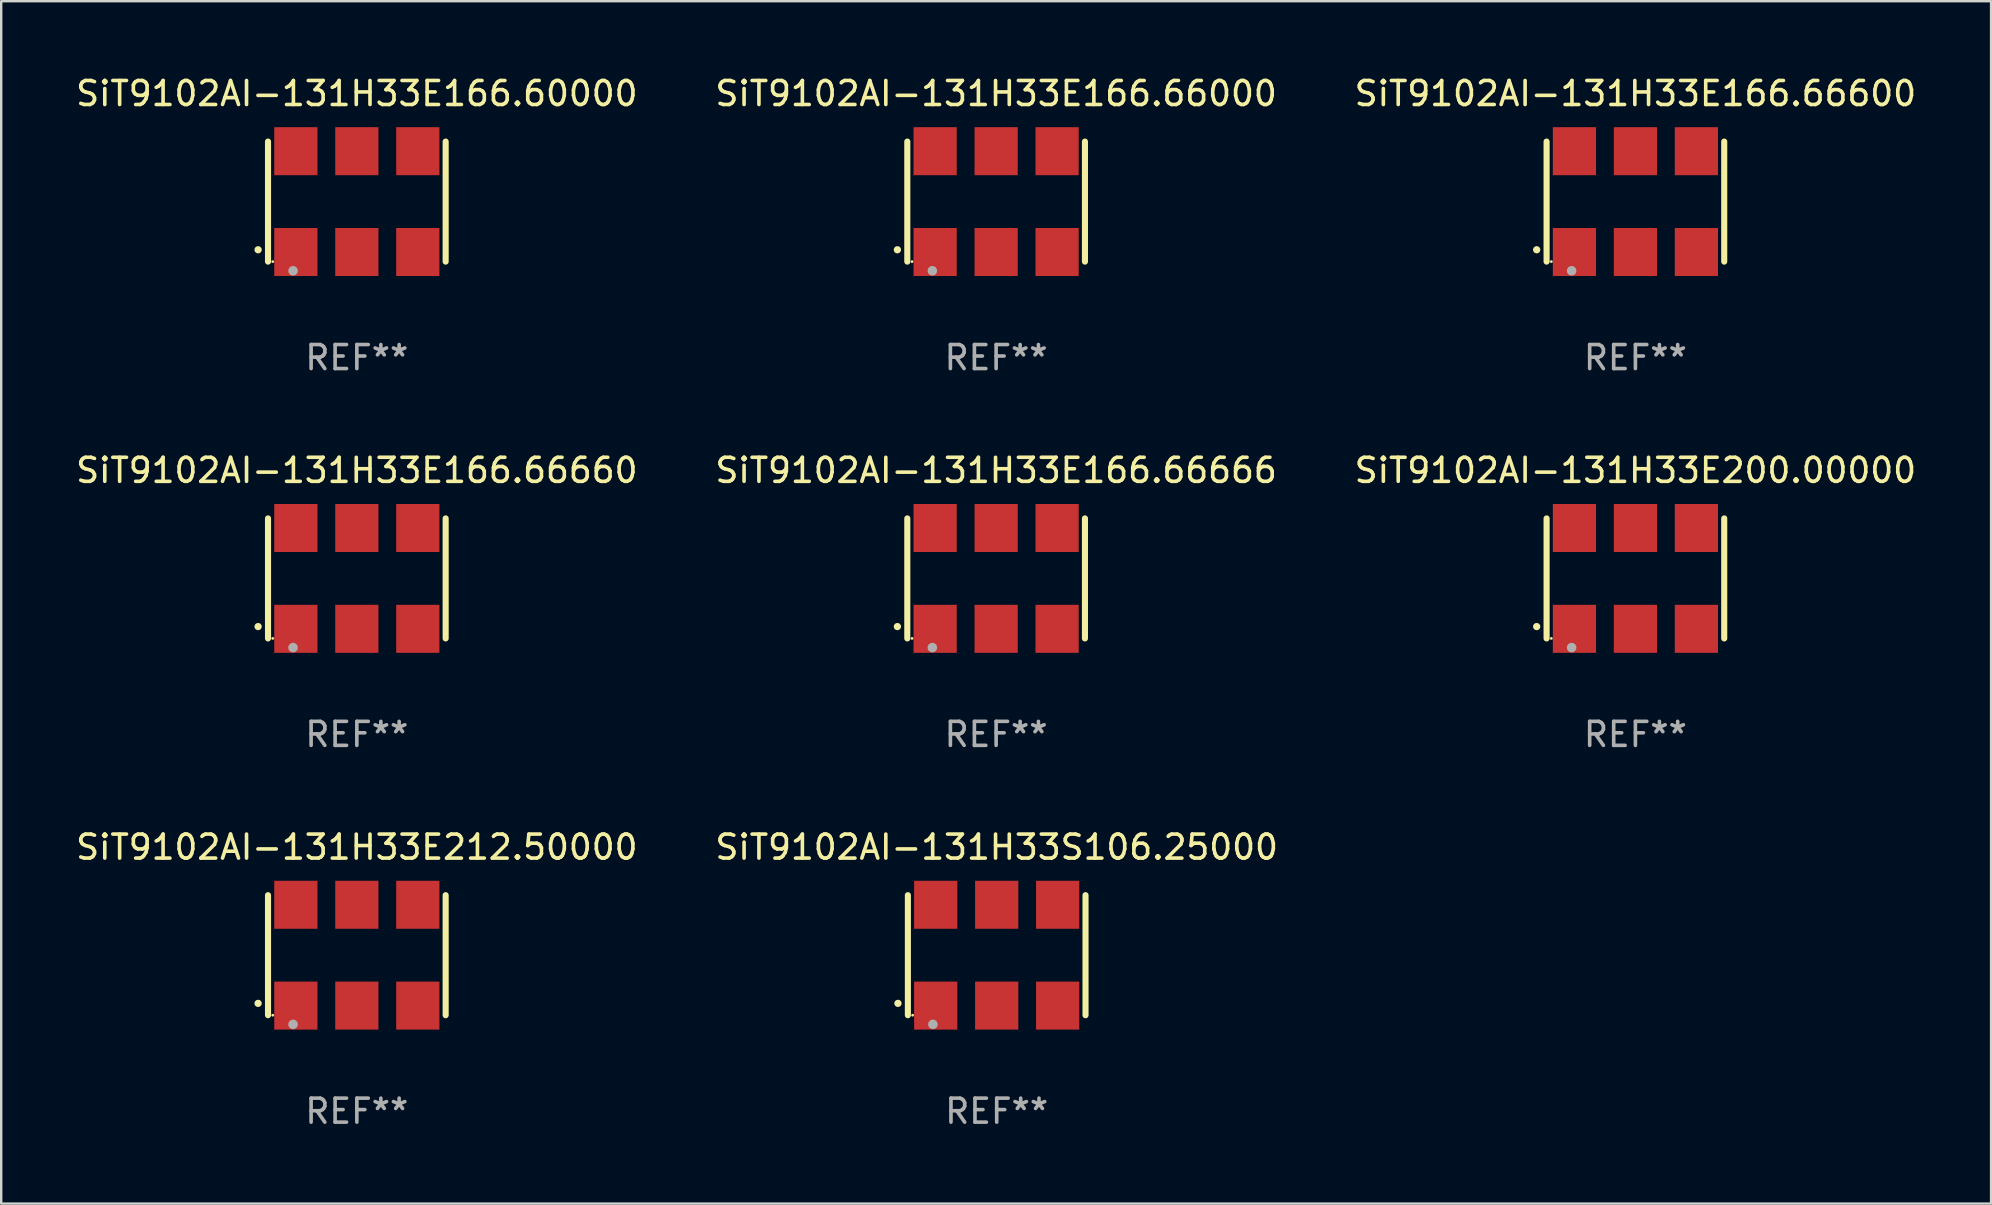
<source format=kicad_pcb>
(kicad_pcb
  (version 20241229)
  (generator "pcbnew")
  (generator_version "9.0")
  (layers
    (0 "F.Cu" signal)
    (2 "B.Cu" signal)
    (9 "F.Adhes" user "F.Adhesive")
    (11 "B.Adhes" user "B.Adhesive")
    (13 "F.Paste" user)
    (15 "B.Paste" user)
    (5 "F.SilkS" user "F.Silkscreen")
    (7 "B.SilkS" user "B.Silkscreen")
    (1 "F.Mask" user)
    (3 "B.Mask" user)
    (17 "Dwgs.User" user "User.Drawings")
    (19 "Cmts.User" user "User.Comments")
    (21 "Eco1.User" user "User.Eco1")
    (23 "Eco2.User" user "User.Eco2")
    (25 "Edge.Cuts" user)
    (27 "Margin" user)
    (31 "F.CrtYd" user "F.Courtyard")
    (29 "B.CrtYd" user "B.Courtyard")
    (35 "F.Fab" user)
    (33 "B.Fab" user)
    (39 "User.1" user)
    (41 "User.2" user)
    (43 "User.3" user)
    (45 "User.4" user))
  (footprint "SiT9102AI-131H33E200.00000"
    (layer "F.Cu")
    (at 65.077 21.045)
    (property "Reference" "SiT9102AI-131H33E200.00000" (at 0 -4.5 0) (layer "F.SilkS") (effects (font (size 1 1) (thickness 0.15))))
    (attr through_hole)
    (fp_line (start -3.7 -2.5) (end -3.7 2.5) (stroke (width 0.254) (type solid)) (layer "F.SilkS"))
    (fp_line (start 3.7 -2.5) (end 3.7 2.5) (stroke (width 0.254) (type solid)) (layer "F.SilkS"))
    (fp_arc (start -4.114415 2.006604) (mid -4.113145 2.006599) (end -4.111875 2.006604) (stroke (width 0.3) (type solid)) (layer "F.SilkS"))
    (fp_circle (center -3.502 2.5) (end -3.472 2.5) (stroke (width 0.06) (type solid)) (fill no) (layer "F.SilkS"))
    (fp_circle (center -2.657 2.882) (end -2.557 2.882) (stroke (width 0.2) (type solid)) (fill no) (layer "F.Fab"))
    (fp_text user "REF**" (at 0 6.5 0) (layer "F.Fab") (effects (font (size 1 1) (thickness 0.15))))
    (pad "1" smd rect (at -2.54 2.1) (size 1.8 2) (layers "F.Cu" "F.Mask" "F.Paste"))
    (pad "2" smd rect (at 0.000394 2.1) (size 1.8 2) (layers "F.Cu" "F.Mask" "F.Paste"))
    (pad "3" smd rect (at 2.54 2.1) (size 1.8 2) (layers "F.Cu" "F.Mask" "F.Paste"))
    (pad "4" smd rect (at 2.54 -2.1) (size 1.8 2) (layers "F.Cu" "F.Mask" "F.Paste"))
    (pad "5" smd rect (at 0.000394 -2.1) (size 1.8 2) (layers "F.Cu" "F.Mask" "F.Paste"))
    (pad "6" smd rect (at -2.54 -2.1) (size 1.8 2) (layers "F.Cu" "F.Mask" "F.Paste")))
  (footprint "SiT9102AI-131H33E166.66600"
    (layer "F.Cu")
    (at 65.077 5.348)
    (property "Reference" "SiT9102AI-131H33E166.66600" (at 0 -4.5 0) (layer "F.SilkS") (effects (font (size 1 1) (thickness 0.15))))
    (attr through_hole)
    (fp_line (start -3.7 -2.5) (end -3.7 2.5) (stroke (width 0.254) (type solid)) (layer "F.SilkS"))
    (fp_line (start 3.7 -2.5) (end 3.7 2.5) (stroke (width 0.254) (type solid)) (layer "F.SilkS"))
    (fp_arc (start -4.114415 2.006604) (mid -4.113145 2.006599) (end -4.111875 2.006604) (stroke (width 0.3) (type solid)) (layer "F.SilkS"))
    (fp_circle (center -3.502 2.5) (end -3.472 2.5) (stroke (width 0.06) (type solid)) (fill no) (layer "F.SilkS"))
    (fp_circle (center -2.657 2.882) (end -2.557 2.882) (stroke (width 0.2) (type solid)) (fill no) (layer "F.Fab"))
    (fp_text user "REF**" (at 0 6.5 0) (layer "F.Fab") (effects (font (size 1 1) (thickness 0.15))))
    (pad "1" smd rect (at -2.54 2.1) (size 1.8 2) (layers "F.Cu" "F.Mask" "F.Paste"))
    (pad "2" smd rect (at 0.000394 2.1) (size 1.8 2) (layers "F.Cu" "F.Mask" "F.Paste"))
    (pad "3" smd rect (at 2.54 2.1) (size 1.8 2) (layers "F.Cu" "F.Mask" "F.Paste"))
    (pad "4" smd rect (at 2.54 -2.1) (size 1.8 2) (layers "F.Cu" "F.Mask" "F.Paste"))
    (pad "5" smd rect (at 0.000394 -2.1) (size 1.8 2) (layers "F.Cu" "F.Mask" "F.Paste"))
    (pad "6" smd rect (at -2.54 -2.1) (size 1.8 2) (layers "F.Cu" "F.Mask" "F.Paste")))
  (footprint "SiT9102AI-131H33E166.60000"
    (layer "F.Cu")
    (at 11.815 5.348)
    (property "Reference" "SiT9102AI-131H33E166.60000" (at 0 -4.5 0) (layer "F.SilkS") (effects (font (size 1 1) (thickness 0.15))))
    (attr through_hole)
    (fp_line (start -3.7 -2.5) (end -3.7 2.5) (stroke (width 0.254) (type solid)) (layer "F.SilkS"))
    (fp_line (start 3.7 -2.5) (end 3.7 2.5) (stroke (width 0.254) (type solid)) (layer "F.SilkS"))
    (fp_arc (start -4.114415 2.006604) (mid -4.113145 2.006599) (end -4.111875 2.006604) (stroke (width 0.3) (type solid)) (layer "F.SilkS"))
    (fp_circle (center -3.502 2.5) (end -3.472 2.5) (stroke (width 0.06) (type solid)) (fill no) (layer "F.SilkS"))
    (fp_circle (center -2.657 2.882) (end -2.557 2.882) (stroke (width 0.2) (type solid)) (fill no) (layer "F.Fab"))
    (fp_text user "REF**" (at 0 6.5 0) (layer "F.Fab") (effects (font (size 1 1) (thickness 0.15))))
    (pad "1" smd rect (at -2.54 2.1) (size 1.8 2) (layers "F.Cu" "F.Mask" "F.Paste"))
    (pad "2" smd rect (at 0.000394 2.1) (size 1.8 2) (layers "F.Cu" "F.Mask" "F.Paste"))
    (pad "3" smd rect (at 2.54 2.1) (size 1.8 2) (layers "F.Cu" "F.Mask" "F.Paste"))
    (pad "4" smd rect (at 2.54 -2.1) (size 1.8 2) (layers "F.Cu" "F.Mask" "F.Paste"))
    (pad "5" smd rect (at 0.000394 -2.1) (size 1.8 2) (layers "F.Cu" "F.Mask" "F.Paste"))
    (pad "6" smd rect (at -2.54 -2.1) (size 1.8 2) (layers "F.Cu" "F.Mask" "F.Paste")))
  (footprint "SiT9102AI-131H33E166.66660"
    (layer "F.Cu")
    (at 11.815 21.045)
    (property "Reference" "SiT9102AI-131H33E166.66660" (at 0 -4.5 0) (layer "F.SilkS") (effects (font (size 1 1) (thickness 0.15))))
    (attr through_hole)
    (fp_line (start -3.7 -2.5) (end -3.7 2.5) (stroke (width 0.254) (type solid)) (layer "F.SilkS"))
    (fp_line (start 3.7 -2.5) (end 3.7 2.5) (stroke (width 0.254) (type solid)) (layer "F.SilkS"))
    (fp_arc (start -4.114415 2.006604) (mid -4.113145 2.006599) (end -4.111875 2.006604) (stroke (width 0.3) (type solid)) (layer "F.SilkS"))
    (fp_circle (center -3.502 2.5) (end -3.472 2.5) (stroke (width 0.06) (type solid)) (fill no) (layer "F.SilkS"))
    (fp_circle (center -2.657 2.882) (end -2.557 2.882) (stroke (width 0.2) (type solid)) (fill no) (layer "F.Fab"))
    (fp_text user "REF**" (at 0 6.5 0) (layer "F.Fab") (effects (font (size 1 1) (thickness 0.15))))
    (pad "1" smd rect (at -2.54 2.1) (size 1.8 2) (layers "F.Cu" "F.Mask" "F.Paste"))
    (pad "2" smd rect (at 0.000394 2.1) (size 1.8 2) (layers "F.Cu" "F.Mask" "F.Paste"))
    (pad "3" smd rect (at 2.54 2.1) (size 1.8 2) (layers "F.Cu" "F.Mask" "F.Paste"))
    (pad "4" smd rect (at 2.54 -2.1) (size 1.8 2) (layers "F.Cu" "F.Mask" "F.Paste"))
    (pad "5" smd rect (at 0.000394 -2.1) (size 1.8 2) (layers "F.Cu" "F.Mask" "F.Paste"))
    (pad "6" smd rect (at -2.54 -2.1) (size 1.8 2) (layers "F.Cu" "F.Mask" "F.Paste")))
  (footprint "SiT9102AI-131H33E166.66666"
    (layer "F.Cu")
    (at 38.446 21.045)
    (property "Reference" "SiT9102AI-131H33E166.66666" (at 0 -4.5 0) (layer "F.SilkS") (effects (font (size 1 1) (thickness 0.15))))
    (attr through_hole)
    (fp_line (start -3.7 -2.5) (end -3.7 2.5) (stroke (width 0.254) (type solid)) (layer "F.SilkS"))
    (fp_line (start 3.7 -2.5) (end 3.7 2.5) (stroke (width 0.254) (type solid)) (layer "F.SilkS"))
    (fp_arc (start -4.114415 2.006604) (mid -4.113145 2.006599) (end -4.111875 2.006604) (stroke (width 0.3) (type solid)) (layer "F.SilkS"))
    (fp_circle (center -3.502 2.5) (end -3.472 2.5) (stroke (width 0.06) (type solid)) (fill no) (layer "F.SilkS"))
    (fp_circle (center -2.657 2.882) (end -2.557 2.882) (stroke (width 0.2) (type solid)) (fill no) (layer "F.Fab"))
    (fp_text user "REF**" (at 0 6.5 0) (layer "F.Fab") (effects (font (size 1 1) (thickness 0.15))))
    (pad "1" smd rect (at -2.54 2.1) (size 1.8 2) (layers "F.Cu" "F.Mask" "F.Paste"))
    (pad "2" smd rect (at 0.000394 2.1) (size 1.8 2) (layers "F.Cu" "F.Mask" "F.Paste"))
    (pad "3" smd rect (at 2.54 2.1) (size 1.8 2) (layers "F.Cu" "F.Mask" "F.Paste"))
    (pad "4" smd rect (at 2.54 -2.1) (size 1.8 2) (layers "F.Cu" "F.Mask" "F.Paste"))
    (pad "5" smd rect (at 0.000394 -2.1) (size 1.8 2) (layers "F.Cu" "F.Mask" "F.Paste"))
    (pad "6" smd rect (at -2.54 -2.1) (size 1.8 2) (layers "F.Cu" "F.Mask" "F.Paste")))
  (footprint "SiT9102AI-131H33E166.66000"
    (layer "F.Cu")
    (at 38.446 5.348)
    (property "Reference" "SiT9102AI-131H33E166.66000" (at 0 -4.5 0) (layer "F.SilkS") (effects (font (size 1 1) (thickness 0.15))))
    (attr through_hole)
    (fp_line (start -3.7 -2.5) (end -3.7 2.5) (stroke (width 0.254) (type solid)) (layer "F.SilkS"))
    (fp_line (start 3.7 -2.5) (end 3.7 2.5) (stroke (width 0.254) (type solid)) (layer "F.SilkS"))
    (fp_arc (start -4.114415 2.006604) (mid -4.113145 2.006599) (end -4.111875 2.006604) (stroke (width 0.3) (type solid)) (layer "F.SilkS"))
    (fp_circle (center -3.502 2.5) (end -3.472 2.5) (stroke (width 0.06) (type solid)) (fill no) (layer "F.SilkS"))
    (fp_circle (center -2.657 2.882) (end -2.557 2.882) (stroke (width 0.2) (type solid)) (fill no) (layer "F.Fab"))
    (fp_text user "REF**" (at 0 6.5 0) (layer "F.Fab") (effects (font (size 1 1) (thickness 0.15))))
    (pad "1" smd rect (at -2.54 2.1) (size 1.8 2) (layers "F.Cu" "F.Mask" "F.Paste"))
    (pad "2" smd rect (at 0.000394 2.1) (size 1.8 2) (layers "F.Cu" "F.Mask" "F.Paste"))
    (pad "3" smd rect (at 2.54 2.1) (size 1.8 2) (layers "F.Cu" "F.Mask" "F.Paste"))
    (pad "4" smd rect (at 2.54 -2.1) (size 1.8 2) (layers "F.Cu" "F.Mask" "F.Paste"))
    (pad "5" smd rect (at 0.000394 -2.1) (size 1.8 2) (layers "F.Cu" "F.Mask" "F.Paste"))
    (pad "6" smd rect (at -2.54 -2.1) (size 1.8 2) (layers "F.Cu" "F.Mask" "F.Paste")))
  (footprint "SiT9102AI-131H33S106.25000"
    (layer "F.Cu")
    (at 38.47 36.741)
    (property "Reference" "SiT9102AI-131H33S106.25000" (at 0 -4.5 0) (layer "F.SilkS") (effects (font (size 1 1) (thickness 0.15))))
    (attr through_hole)
    (fp_line (start -3.7 -2.5) (end -3.7 2.5) (stroke (width 0.254) (type solid)) (layer "F.SilkS"))
    (fp_line (start 3.7 -2.5) (end 3.7 2.5) (stroke (width 0.254) (type solid)) (layer "F.SilkS"))
    (fp_arc (start -4.114415 2.006604) (mid -4.113145 2.006599) (end -4.111875 2.006604) (stroke (width 0.3) (type solid)) (layer "F.SilkS"))
    (fp_circle (center -3.502 2.5) (end -3.472 2.5) (stroke (width 0.06) (type solid)) (fill no) (layer "F.SilkS"))
    (fp_circle (center -2.657 2.882) (end -2.557 2.882) (stroke (width 0.2) (type solid)) (fill no) (layer "F.Fab"))
    (fp_text user "REF**" (at 0 6.5 0) (layer "F.Fab") (effects (font (size 1 1) (thickness 0.15))))
    (pad "1" smd rect (at -2.54 2.1) (size 1.8 2) (layers "F.Cu" "F.Mask" "F.Paste"))
    (pad "2" smd rect (at 0.000394 2.1) (size 1.8 2) (layers "F.Cu" "F.Mask" "F.Paste"))
    (pad "3" smd rect (at 2.54 2.1) (size 1.8 2) (layers "F.Cu" "F.Mask" "F.Paste"))
    (pad "4" smd rect (at 2.54 -2.1) (size 1.8 2) (layers "F.Cu" "F.Mask" "F.Paste"))
    (pad "5" smd rect (at 0.000394 -2.1) (size 1.8 2) (layers "F.Cu" "F.Mask" "F.Paste"))
    (pad "6" smd rect (at -2.54 -2.1) (size 1.8 2) (layers "F.Cu" "F.Mask" "F.Paste")))
  (footprint "SiT9102AI-131H33E212.50000"
    (layer "F.Cu")
    (at 11.815 36.741)
    (property "Reference" "SiT9102AI-131H33E212.50000" (at 0 -4.5 0) (layer "F.SilkS") (effects (font (size 1 1) (thickness 0.15))))
    (attr through_hole)
    (fp_line (start -3.7 -2.5) (end -3.7 2.5) (stroke (width 0.254) (type solid)) (layer "F.SilkS"))
    (fp_line (start 3.7 -2.5) (end 3.7 2.5) (stroke (width 0.254) (type solid)) (layer "F.SilkS"))
    (fp_arc (start -4.114415 2.006604) (mid -4.113145 2.006599) (end -4.111875 2.006604) (stroke (width 0.3) (type solid)) (layer "F.SilkS"))
    (fp_circle (center -3.502 2.5) (end -3.472 2.5) (stroke (width 0.06) (type solid)) (fill no) (layer "F.SilkS"))
    (fp_circle (center -2.657 2.882) (end -2.557 2.882) (stroke (width 0.2) (type solid)) (fill no) (layer "F.Fab"))
    (fp_text user "REF**" (at 0 6.5 0) (layer "F.Fab") (effects (font (size 1 1) (thickness 0.15))))
    (pad "1" smd rect (at -2.54 2.1) (size 1.8 2) (layers "F.Cu" "F.Mask" "F.Paste"))
    (pad "2" smd rect (at 0.000394 2.1) (size 1.8 2) (layers "F.Cu" "F.Mask" "F.Paste"))
    (pad "3" smd rect (at 2.54 2.1) (size 1.8 2) (layers "F.Cu" "F.Mask" "F.Paste"))
    (pad "4" smd rect (at 2.54 -2.1) (size 1.8 2) (layers "F.Cu" "F.Mask" "F.Paste"))
    (pad "5" smd rect (at 0.000394 -2.1) (size 1.8 2) (layers "F.Cu" "F.Mask" "F.Paste"))
    (pad "6" smd rect (at -2.54 -2.1) (size 1.8 2) (layers "F.Cu" "F.Mask" "F.Paste")))
  (gr_rect
    (start -3 -3)
    (end 79.893 47.09)
    (stroke (width 0.1) (type default))
    (fill no)
    (layer "Edge.Cuts")))
</source>
